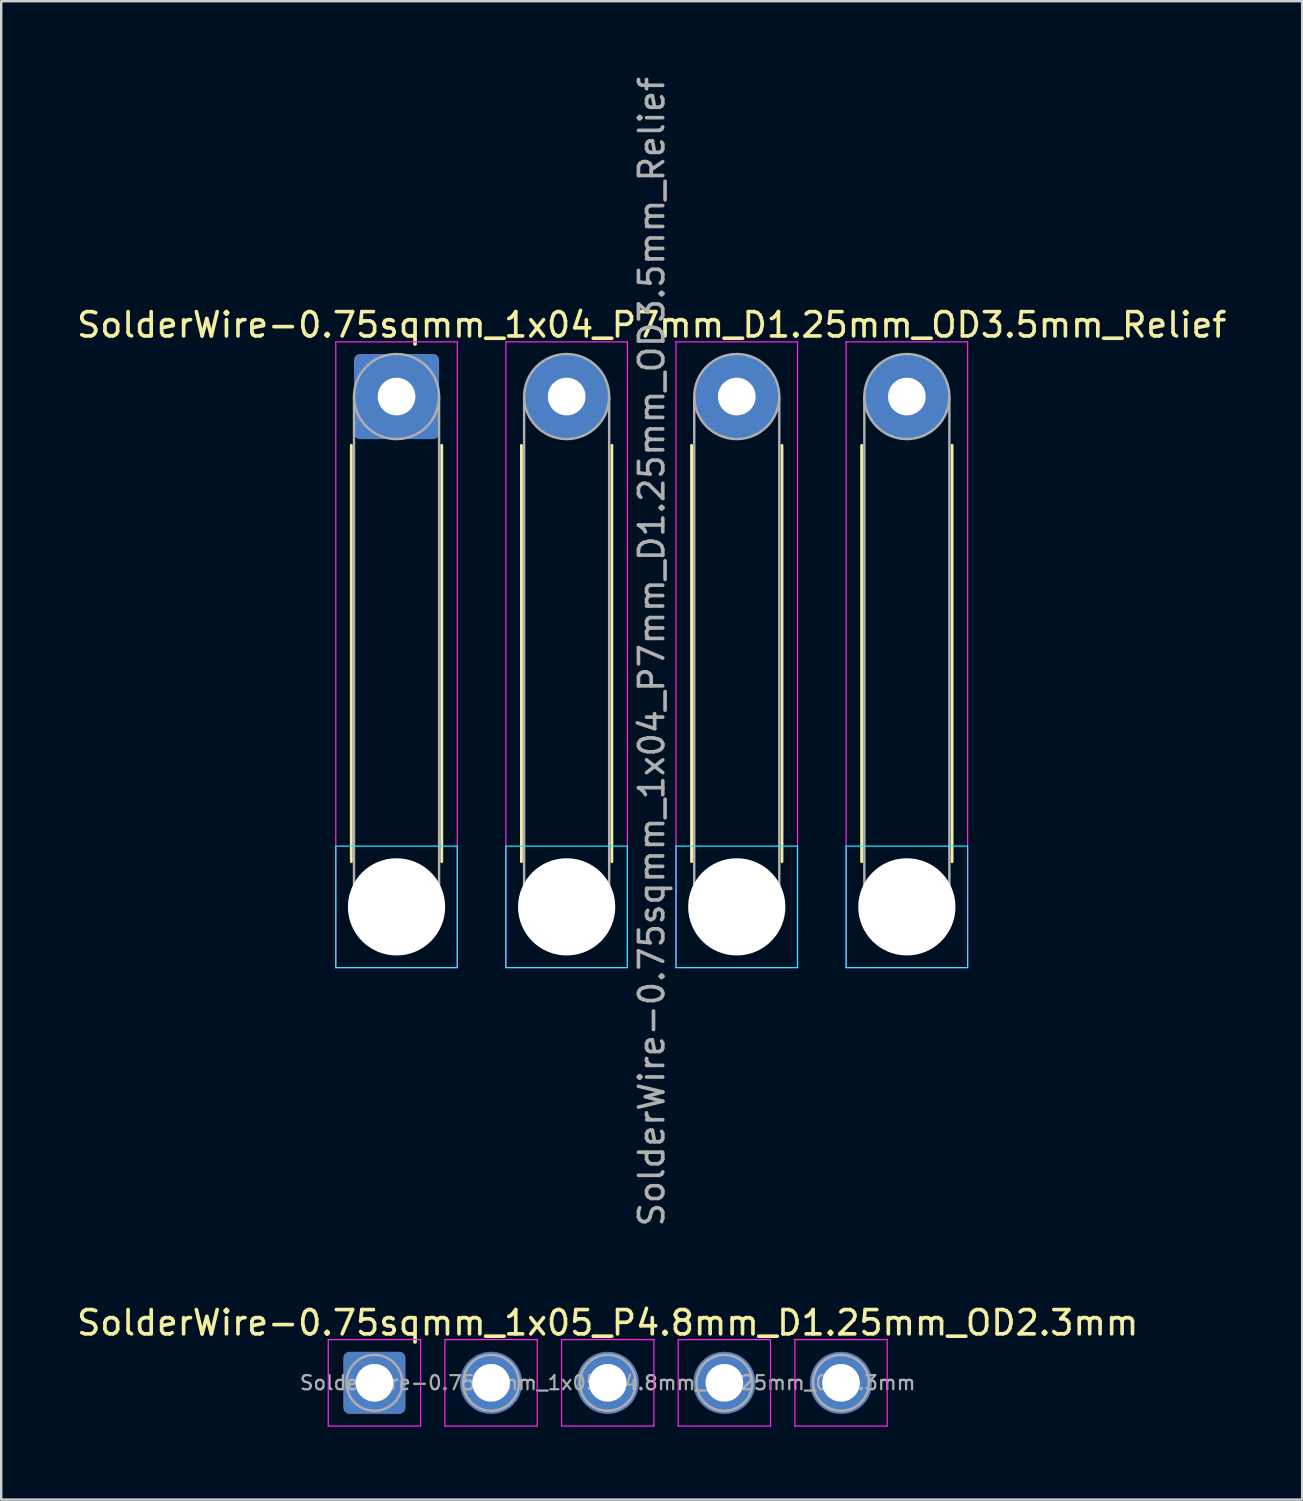
<source format=kicad_pcb>
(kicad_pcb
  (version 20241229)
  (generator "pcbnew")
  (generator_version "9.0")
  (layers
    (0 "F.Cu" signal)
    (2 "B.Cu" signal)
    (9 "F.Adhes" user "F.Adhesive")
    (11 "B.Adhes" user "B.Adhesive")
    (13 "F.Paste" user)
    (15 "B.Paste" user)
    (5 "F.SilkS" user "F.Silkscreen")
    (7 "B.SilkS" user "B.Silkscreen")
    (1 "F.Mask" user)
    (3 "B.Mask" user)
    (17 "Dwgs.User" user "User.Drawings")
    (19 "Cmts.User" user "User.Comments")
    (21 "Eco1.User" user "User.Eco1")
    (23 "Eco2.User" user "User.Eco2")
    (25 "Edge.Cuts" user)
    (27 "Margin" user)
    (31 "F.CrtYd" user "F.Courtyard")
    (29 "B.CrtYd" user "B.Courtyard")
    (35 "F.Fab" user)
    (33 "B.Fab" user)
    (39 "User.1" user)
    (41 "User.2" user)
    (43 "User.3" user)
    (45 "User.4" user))
  (footprint "SolderWire-0.75sqmm_1x05_P4.8mm_D1.25mm_OD2.3mm"
    (layer "F.Cu")
    (at 12.358 53.854)
    (property "Reference" "SolderWire-0.75sqmm_1x05_P4.8mm_D1.25mm_OD2.3mm" (at 9.6 -2.47 0) (layer "F.SilkS") (effects (font (size 1 1) (thickness 0.15))))
    (attr exclude_from_pos_files exclude_from_bom)
    (fp_line (start -1.9 -1.78) (end -1.9 1.78) (stroke (width 0.05) (type solid)) (layer "F.CrtYd"))
    (fp_line (start -1.9 1.78) (end 1.9 1.78) (stroke (width 0.05) (type solid)) (layer "F.CrtYd"))
    (fp_line (start 1.9 -1.78) (end -1.9 -1.78) (stroke (width 0.05) (type solid)) (layer "F.CrtYd"))
    (fp_line (start 1.9 1.78) (end 1.9 -1.78) (stroke (width 0.05) (type solid)) (layer "F.CrtYd"))
    (fp_line (start 2.9 -1.78) (end 2.9 1.78) (stroke (width 0.05) (type solid)) (layer "F.CrtYd"))
    (fp_line (start 2.9 1.78) (end 6.7 1.78) (stroke (width 0.05) (type solid)) (layer "F.CrtYd"))
    (fp_line (start 6.7 -1.78) (end 2.9 -1.78) (stroke (width 0.05) (type solid)) (layer "F.CrtYd"))
    (fp_line (start 6.7 1.78) (end 6.7 -1.78) (stroke (width 0.05) (type solid)) (layer "F.CrtYd"))
    (fp_line (start 7.7 -1.78) (end 7.7 1.78) (stroke (width 0.05) (type solid)) (layer "F.CrtYd"))
    (fp_line (start 7.7 1.78) (end 11.5 1.78) (stroke (width 0.05) (type solid)) (layer "F.CrtYd"))
    (fp_line (start 11.5 -1.78) (end 7.7 -1.78) (stroke (width 0.05) (type solid)) (layer "F.CrtYd"))
    (fp_line (start 11.5 1.78) (end 11.5 -1.78) (stroke (width 0.05) (type solid)) (layer "F.CrtYd"))
    (fp_line (start 12.5 -1.78) (end 12.5 1.78) (stroke (width 0.05) (type solid)) (layer "F.CrtYd"))
    (fp_line (start 12.5 1.78) (end 16.3 1.78) (stroke (width 0.05) (type solid)) (layer "F.CrtYd"))
    (fp_line (start 16.3 -1.78) (end 12.5 -1.78) (stroke (width 0.05) (type solid)) (layer "F.CrtYd"))
    (fp_line (start 16.3 1.78) (end 16.3 -1.78) (stroke (width 0.05) (type solid)) (layer "F.CrtYd"))
    (fp_line (start 17.3 -1.78) (end 17.3 1.78) (stroke (width 0.05) (type solid)) (layer "F.CrtYd"))
    (fp_line (start 17.3 1.78) (end 21.1 1.78) (stroke (width 0.05) (type solid)) (layer "F.CrtYd"))
    (fp_line (start 21.1 -1.78) (end 17.3 -1.78) (stroke (width 0.05) (type solid)) (layer "F.CrtYd"))
    (fp_line (start 21.1 1.78) (end 21.1 -1.78) (stroke (width 0.05) (type solid)) (layer "F.CrtYd"))
    (fp_circle (center 0 0) (end 1.15 0) (stroke (width 0.1) (type solid)) (fill no) (layer "F.Fab"))
    (fp_circle (center 4.8 0) (end 5.95 0) (stroke (width 0.1) (type solid)) (fill no) (layer "F.Fab"))
    (fp_circle (center 9.6 0) (end 10.75 0) (stroke (width 0.1) (type solid)) (fill no) (layer "F.Fab"))
    (fp_circle (center 14.4 0) (end 15.55 0) (stroke (width 0.1) (type solid)) (fill no) (layer "F.Fab"))
    (fp_circle (center 19.2 0) (end 20.35 0) (stroke (width 0.1) (type solid)) (fill no) (layer "F.Fab"))
    (fp_text user "${REFERENCE}" (at 9.6 0 0) (layer "F.Fab") (effects (font (size 0.58 0.58) (thickness 0.09))))
    (pad "1" thru_hole roundrect (at 0 0) (size 2.55 2.55) (drill 1.55) (layers "*.Cu" "*.Mask") (roundrect_rratio 0.098))
    (pad "2" thru_hole circle (at 4.8 0) (size 2.55 2.55) (drill 1.55) (layers "*.Cu" "*.Mask"))
    (pad "3" thru_hole circle (at 9.6 0) (size 2.55 2.55) (drill 1.55) (layers "*.Cu" "*.Mask"))
    (pad "4" thru_hole circle (at 14.4 0) (size 2.55 2.55) (drill 1.55) (layers "*.Cu" "*.Mask"))
    (pad "5" thru_hole circle (at 19.2 0) (size 2.55 2.55) (drill 1.55) (layers "*.Cu" "*.Mask")))
  (footprint "SolderWire-0.75sqmm_1x04_P7mm_D1.25mm_OD3.5mm_Relief"
    (layer "F.Cu")
    (at 13.268 13.268)
    (property "Reference" "SolderWire-0.75sqmm_1x04_P7mm_D1.25mm_OD3.5mm_Relief" (at 10.5 -2.95 0) (layer "F.SilkS") (effects (font (size 1 1) (thickness 0.15))))
    (attr exclude_from_pos_files exclude_from_bom)
    (fp_line (start -1.86 2.01) (end -1.86 19.14) (stroke (width 0.12) (type solid)) (layer "F.SilkS"))
    (fp_line (start 1.86 2.01) (end 1.86 19.14) (stroke (width 0.12) (type solid)) (layer "F.SilkS"))
    (fp_line (start 5.14 2.01) (end 5.14 19.14) (stroke (width 0.12) (type solid)) (layer "F.SilkS"))
    (fp_line (start 8.86 2.01) (end 8.86 19.14) (stroke (width 0.12) (type solid)) (layer "F.SilkS"))
    (fp_line (start 12.14 2.01) (end 12.14 19.14) (stroke (width 0.12) (type solid)) (layer "F.SilkS"))
    (fp_line (start 15.86 2.01) (end 15.86 19.14) (stroke (width 0.12) (type solid)) (layer "F.SilkS"))
    (fp_line (start 19.14 2.01) (end 19.14 19.14) (stroke (width 0.12) (type solid)) (layer "F.SilkS"))
    (fp_line (start 22.86 2.01) (end 22.86 19.14) (stroke (width 0.12) (type solid)) (layer "F.SilkS"))
    (fp_line (start -2.5 18.5) (end -2.5 23.5) (stroke (width 0.05) (type solid)) (layer "B.CrtYd"))
    (fp_line (start -2.5 23.5) (end 2.5 23.5) (stroke (width 0.05) (type solid)) (layer "B.CrtYd"))
    (fp_line (start 2.5 18.5) (end -2.5 18.5) (stroke (width 0.05) (type solid)) (layer "B.CrtYd"))
    (fp_line (start 2.5 23.5) (end 2.5 18.5) (stroke (width 0.05) (type solid)) (layer "B.CrtYd"))
    (fp_line (start 4.5 18.5) (end 4.5 23.5) (stroke (width 0.05) (type solid)) (layer "B.CrtYd"))
    (fp_line (start 4.5 23.5) (end 9.5 23.5) (stroke (width 0.05) (type solid)) (layer "B.CrtYd"))
    (fp_line (start 9.5 18.5) (end 4.5 18.5) (stroke (width 0.05) (type solid)) (layer "B.CrtYd"))
    (fp_line (start 9.5 23.5) (end 9.5 18.5) (stroke (width 0.05) (type solid)) (layer "B.CrtYd"))
    (fp_line (start 11.5 18.5) (end 11.5 23.5) (stroke (width 0.05) (type solid)) (layer "B.CrtYd"))
    (fp_line (start 11.5 23.5) (end 16.5 23.5) (stroke (width 0.05) (type solid)) (layer "B.CrtYd"))
    (fp_line (start 16.5 18.5) (end 11.5 18.5) (stroke (width 0.05) (type solid)) (layer "B.CrtYd"))
    (fp_line (start 16.5 23.5) (end 16.5 18.5) (stroke (width 0.05) (type solid)) (layer "B.CrtYd"))
    (fp_line (start 18.5 18.5) (end 18.5 23.5) (stroke (width 0.05) (type solid)) (layer "B.CrtYd"))
    (fp_line (start 18.5 23.5) (end 23.5 23.5) (stroke (width 0.05) (type solid)) (layer "B.CrtYd"))
    (fp_line (start 23.5 18.5) (end 18.5 18.5) (stroke (width 0.05) (type solid)) (layer "B.CrtYd"))
    (fp_line (start 23.5 23.5) (end 23.5 18.5) (stroke (width 0.05) (type solid)) (layer "B.CrtYd"))
    (fp_line (start -2.5 -2.25) (end -2.5 23.5) (stroke (width 0.05) (type solid)) (layer "F.CrtYd"))
    (fp_line (start -2.5 23.5) (end 2.5 23.5) (stroke (width 0.05) (type solid)) (layer "F.CrtYd"))
    (fp_line (start 2.5 -2.25) (end -2.5 -2.25) (stroke (width 0.05) (type solid)) (layer "F.CrtYd"))
    (fp_line (start 2.5 23.5) (end 2.5 -2.25) (stroke (width 0.05) (type solid)) (layer "F.CrtYd"))
    (fp_line (start 4.5 -2.25) (end 4.5 23.5) (stroke (width 0.05) (type solid)) (layer "F.CrtYd"))
    (fp_line (start 4.5 23.5) (end 9.5 23.5) (stroke (width 0.05) (type solid)) (layer "F.CrtYd"))
    (fp_line (start 9.5 -2.25) (end 4.5 -2.25) (stroke (width 0.05) (type solid)) (layer "F.CrtYd"))
    (fp_line (start 9.5 23.5) (end 9.5 -2.25) (stroke (width 0.05) (type solid)) (layer "F.CrtYd"))
    (fp_line (start 11.5 -2.25) (end 11.5 23.5) (stroke (width 0.05) (type solid)) (layer "F.CrtYd"))
    (fp_line (start 11.5 23.5) (end 16.5 23.5) (stroke (width 0.05) (type solid)) (layer "F.CrtYd"))
    (fp_line (start 16.5 -2.25) (end 11.5 -2.25) (stroke (width 0.05) (type solid)) (layer "F.CrtYd"))
    (fp_line (start 16.5 23.5) (end 16.5 -2.25) (stroke (width 0.05) (type solid)) (layer "F.CrtYd"))
    (fp_line (start 18.5 -2.25) (end 18.5 23.5) (stroke (width 0.05) (type solid)) (layer "F.CrtYd"))
    (fp_line (start 18.5 23.5) (end 23.5 23.5) (stroke (width 0.05) (type solid)) (layer "F.CrtYd"))
    (fp_line (start 23.5 -2.25) (end 18.5 -2.25) (stroke (width 0.05) (type solid)) (layer "F.CrtYd"))
    (fp_line (start 23.5 23.5) (end 23.5 -2.25) (stroke (width 0.05) (type solid)) (layer "F.CrtYd"))
    (fp_line (start -1.75 0) (end -1.75 21) (stroke (width 0.1) (type solid)) (layer "F.Fab"))
    (fp_line (start 1.75 0) (end 1.75 21) (stroke (width 0.1) (type solid)) (layer "F.Fab"))
    (fp_line (start 5.25 0) (end 5.25 21) (stroke (width 0.1) (type solid)) (layer "F.Fab"))
    (fp_line (start 8.75 0) (end 8.75 21) (stroke (width 0.1) (type solid)) (layer "F.Fab"))
    (fp_line (start 12.25 0) (end 12.25 21) (stroke (width 0.1) (type solid)) (layer "F.Fab"))
    (fp_line (start 15.75 0) (end 15.75 21) (stroke (width 0.1) (type solid)) (layer "F.Fab"))
    (fp_line (start 19.25 0) (end 19.25 21) (stroke (width 0.1) (type solid)) (layer "F.Fab"))
    (fp_line (start 22.75 0) (end 22.75 21) (stroke (width 0.1) (type solid)) (layer "F.Fab"))
    (fp_circle (center 0 0) (end 1.75 0) (stroke (width 0.1) (type solid)) (fill no) (layer "F.Fab"))
    (fp_circle (center 0 21) (end 1.75 21) (stroke (width 0.1) (type solid)) (fill no) (layer "F.Fab"))
    (fp_circle (center 7 0) (end 8.75 0) (stroke (width 0.1) (type solid)) (fill no) (layer "F.Fab"))
    (fp_circle (center 7 21) (end 8.75 21) (stroke (width 0.1) (type solid)) (fill no) (layer "F.Fab"))
    (fp_circle (center 14 0) (end 15.75 0) (stroke (width 0.1) (type solid)) (fill no) (layer "F.Fab"))
    (fp_circle (center 14 21) (end 15.75 21) (stroke (width 0.1) (type solid)) (fill no) (layer "F.Fab"))
    (fp_circle (center 21 0) (end 22.75 0) (stroke (width 0.1) (type solid)) (fill no) (layer "F.Fab"))
    (fp_circle (center 21 21) (end 22.75 21) (stroke (width 0.1) (type solid)) (fill no) (layer "F.Fab"))
    (fp_text user "${REFERENCE}" (at 10.5 10.5 90) (layer "F.Fab") (effects (font (size 1 1) (thickness 0.15))))
    (pad "" np_thru_hole circle (at 0 21) (size 4 4) (drill 4) (layers "*.Cu" "*.Mask"))
    (pad "" np_thru_hole circle (at 7 21) (size 4 4) (drill 4) (layers "*.Cu" "*.Mask"))
    (pad "" np_thru_hole circle (at 14 21) (size 4 4) (drill 4) (layers "*.Cu" "*.Mask"))
    (pad "" np_thru_hole circle (at 21 21) (size 4 4) (drill 4) (layers "*.Cu" "*.Mask"))
    (pad "1" thru_hole roundrect (at 0 0) (size 3.5 3.5) (drill 1.55) (layers "*.Cu" "*.Mask") (roundrect_rratio 0.071))
    (pad "2" thru_hole circle (at 7 0) (size 3.5 3.5) (drill 1.55) (layers "*.Cu" "*.Mask"))
    (pad "3" thru_hole circle (at 14 0) (size 3.5 3.5) (drill 1.55) (layers "*.Cu" "*.Mask"))
    (pad "4" thru_hole circle (at 21 0) (size 3.5 3.5) (drill 1.55) (layers "*.Cu" "*.Mask")))
  (gr_rect
    (start -3 -3)
    (end 50.536 58.659)
    (stroke (width 0.1) (type default))
    (fill no)
    (layer "Edge.Cuts")))
</source>
